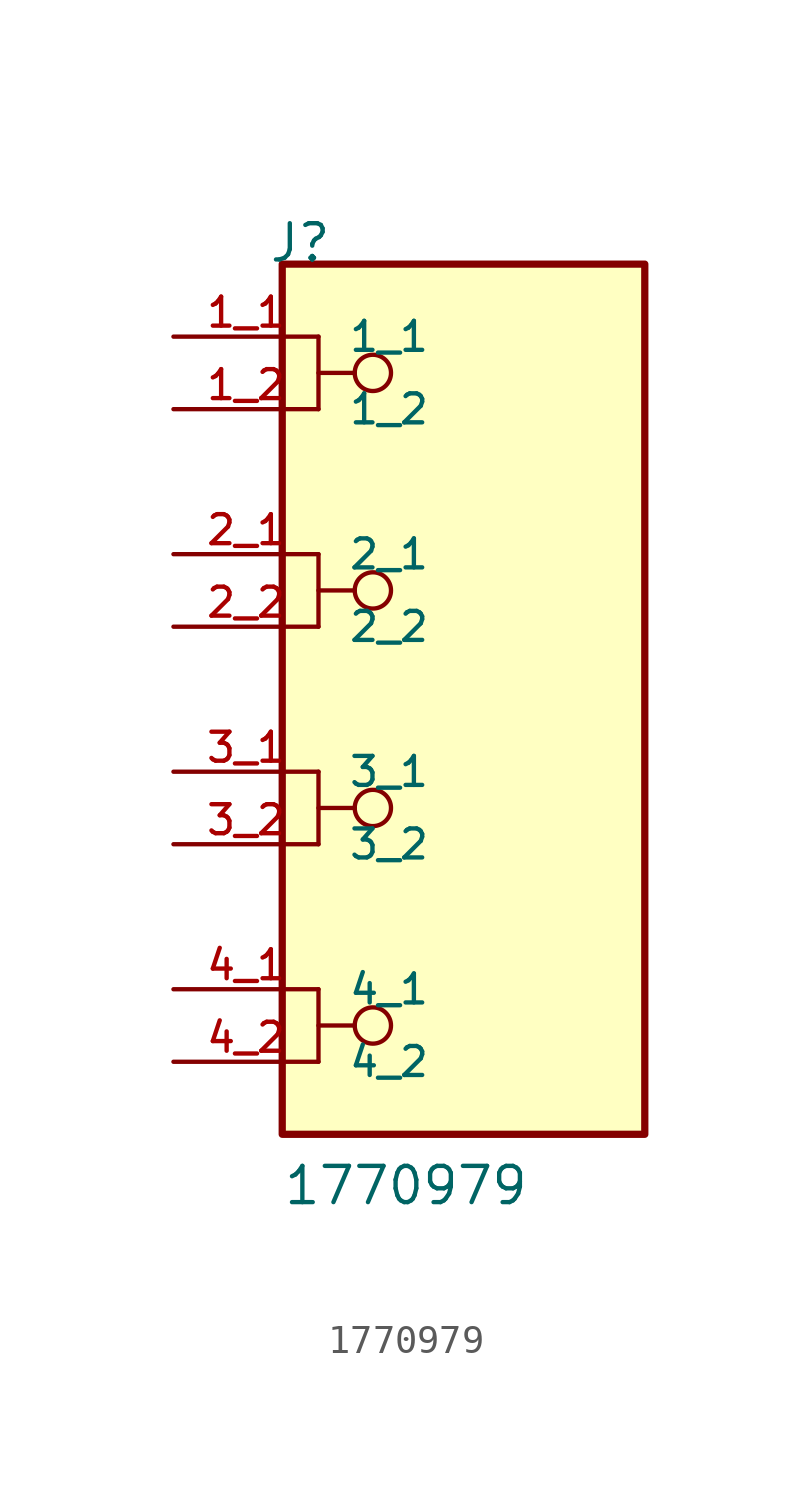
<source format=kicad_sym>
(kicad_symbol_lib
  (version 20211014)
  (generator kicad_symbol_editor)
  (symbol "1770979"
    (pin_names
      (offset 1.016))
    (property "Reference" "J"
      (at -6.85 15.24 0)
      (effects (font (size 1.27 1.27)) (justify bottom left)))
    (property "Value" "1770979"
      (at -6.35 -17.78 0)
      (effects (font (size 1.27 1.27)) (justify bottom left)))
    (symbol "1770979_0_0"
      (polyline (pts (xy -5.08 12.7) (xy -5.08 10.16)) (stroke (width 0.152)))
      (polyline (pts (xy -5.08 11.43) (xy -3.81 11.43)) (stroke (width 0.152)))
      (circle (center -3.175 11.43) (radius 0.635) (stroke (width 0.152)) (fill (type none)))
      (polyline (pts (xy -5.08 5.08) (xy -5.08 2.54)) (stroke (width 0.152)))
      (polyline (pts (xy -5.08 3.81) (xy -3.81 3.81)) (stroke (width 0.152)))
      (circle (center -3.175 3.81) (radius 0.635) (stroke (width 0.152)) (fill (type none)))
      (polyline (pts (xy -5.08 -2.54) (xy -5.08 -5.08)) (stroke (width 0.152)))
      (polyline (pts (xy -5.08 -3.81) (xy -3.81 -3.81)) (stroke (width 0.152)))
      (circle (center -3.175 -3.81) (radius 0.635) (stroke (width 0.152)) (fill (type none)))
      (polyline (pts (xy -5.08 -10.16) (xy -5.08 -12.7)) (stroke (width 0.152)))
      (polyline (pts (xy -5.08 -11.43) (xy -3.81 -11.43)) (stroke (width 0.152)))
      (circle (center -3.175 -11.43) (radius 0.635) (stroke (width 0.152)) (fill (type none)))
      (rectangle (start -6.35 -15.24) (end 6.35 15.24) (stroke (width 0.254)) (fill (type background)))
      (pin passive line (at -10.16 12.7 0) (length 5.08) (name "1_1" (effects (font (size 1.016 1.016)))) (number "1_1" (effects (font (size 1.016 1.016)))))
      (pin passive line (at -10.16 10.16 0) (length 5.08) (name "1_2" (effects (font (size 1.016 1.016)))) (number "1_2" (effects (font (size 1.016 1.016)))))
      (pin passive line (at -10.16 5.08 0) (length 5.08) (name "2_1" (effects (font (size 1.016 1.016)))) (number "2_1" (effects (font (size 1.016 1.016)))))
      (pin passive line (at -10.16 2.54 0) (length 5.08) (name "2_2" (effects (font (size 1.016 1.016)))) (number "2_2" (effects (font (size 1.016 1.016)))))
      (pin passive line (at -10.16 -2.54 0) (length 5.08) (name "3_1" (effects (font (size 1.016 1.016)))) (number "3_1" (effects (font (size 1.016 1.016)))))
      (pin passive line (at -10.16 -5.08 0) (length 5.08) (name "3_2" (effects (font (size 1.016 1.016)))) (number "3_2" (effects (font (size 1.016 1.016)))))
      (pin passive line (at -10.16 -10.16 0) (length 5.08) (name "4_1" (effects (font (size 1.016 1.016)))) (number "4_1" (effects (font (size 1.016 1.016)))))
      (pin passive line (at -10.16 -12.7 0) (length 5.08) (name "4_2" (effects (font (size 1.016 1.016)))) (number "4_2" (effects (font (size 1.016 1.016))))))))
</source>
